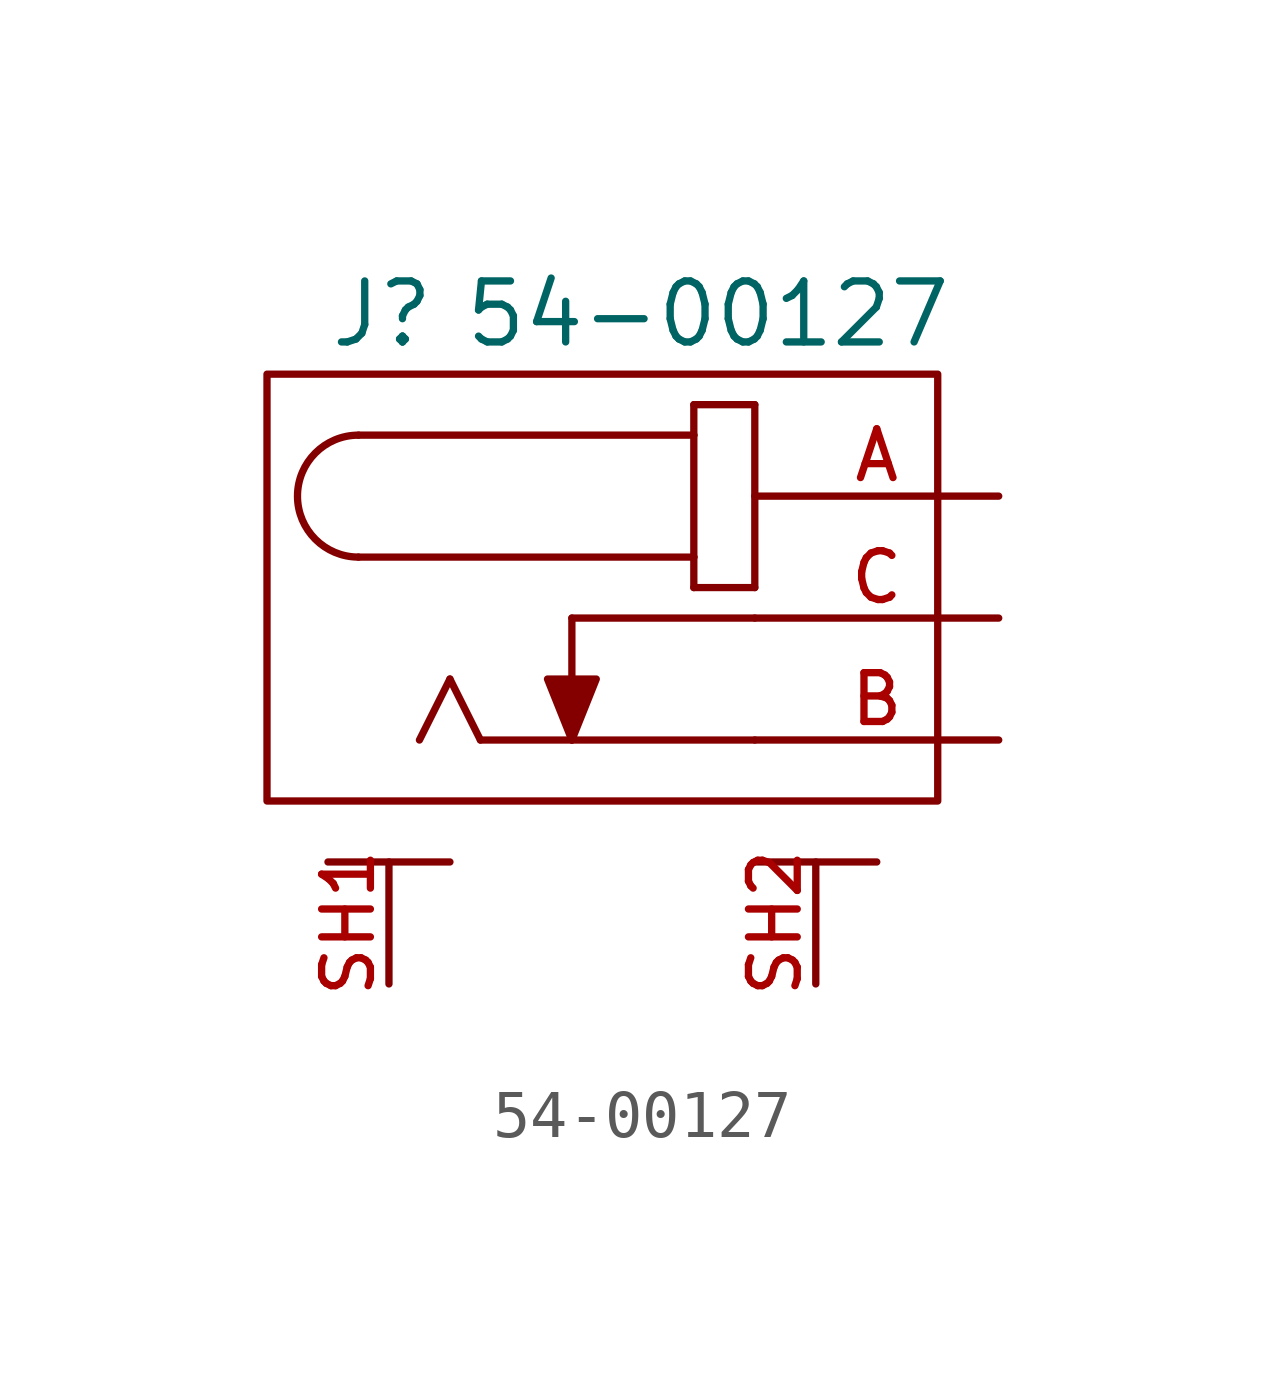
<source format=kicad_sym>
(kicad_symbol_lib
  (version 20241209)
  (generator "kicad_symbol_editor")
  (generator_version "9.0")
  (symbol "54-00127"
    (pin_names
      (offset 1.016))
    (property "Reference" "J"
      (at -8.89 5.588 0)
      (effects (font (size 1.27 1.27)) (justify left bottom)))
    (property "Value" "54-00127"
      (at -6.096 5.588 0)
      (effects (font (size 1.27 1.27)) (justify left bottom)))
    (symbol "54-00127_0_0"
      (polyline (pts (xy -8.255 3.81) (xy -1.27 3.81)) (stroke (width 0.152) (type default)) (fill (type none)))
      (arc (start -8.255 1.27) (mid -9.5194 2.54) (end -8.255 3.81) (stroke (width 0.1524) (type default)) (fill (type none)))
      (polyline (pts (xy -6.35 -1.27) (xy -6.985 -2.54)) (stroke (width 0.152) (type default)) (fill (type none)))
      (polyline (pts (xy -5.715 -2.54) (xy -6.35 -1.27)) (stroke (width 0.152) (type default)) (fill (type none)))
      (polyline (pts (xy -3.81 0) (xy -3.81 -2.54)) (stroke (width 0.152) (type default)) (fill (type none)))
      (polyline (pts (xy -3.81 -2.54) (xy -4.318 -1.27) (xy -3.302 -1.27) (xy -3.81 -2.54)) (stroke (width 0.152) (type default)) (fill (type outline)))
      (polyline (pts (xy -1.27 4.445) (xy -1.27 3.81)) (stroke (width 0.152) (type default)) (fill (type none)))
      (polyline (pts (xy -1.27 3.81) (xy -1.27 1.27)) (stroke (width 0.152) (type default)) (fill (type none)))
      (polyline (pts (xy -1.27 1.27) (xy -8.255 1.27)) (stroke (width 0.152) (type default)) (fill (type none)))
      (polyline (pts (xy -1.27 1.27) (xy -1.27 0.635)) (stroke (width 0.152) (type default)) (fill (type none)))
      (polyline (pts (xy -1.27 0.635) (xy 0 0.635)) (stroke (width 0.152) (type default)) (fill (type none)))
      (polyline (pts (xy 0 4.445) (xy -1.27 4.445)) (stroke (width 0.152) (type default)) (fill (type none)))
      (polyline (pts (xy 0 0.635) (xy 0 4.445)) (stroke (width 0.152) (type default)) (fill (type none)))
      (polyline (pts (xy 0 0) (xy -3.81 0)) (stroke (width 0.152) (type default)) (fill (type none)))
      (polyline (pts (xy 0 -2.54) (xy -5.715 -2.54)) (stroke (width 0.152) (type default)) (fill (type none)))
      (pin passive line (at 5.08 2.54 180) (length 5.08) (name "~" (effects (font (size 1.016 1.016)))) (number "A" (effects (font (size 1.016 1.016)))))
      (pin passive line (at 5.08 0 180) (length 5.08) (name "~" (effects (font (size 1.016 1.016)))) (number "C" (effects (font (size 1.016 1.016)))))
      (pin passive line (at 5.08 -2.54 180) (length 5.08) (name "~" (effects (font (size 1.016 1.016)))) (number "B" (effects (font (size 1.016 1.016))))))
    (symbol "54-00127_0_1"
      (rectangle (start -10.16 5.08) (end 3.81 -3.81) (stroke (width 0) (type default)) (fill (type none)))
      (polyline (pts (xy -8.89 -5.08) (xy -6.35 -5.08)) (stroke (width 0) (type default)) (fill (type none)))
      (polyline (pts (xy 0 -5.08) (xy 2.54 -5.08)) (stroke (width 0) (type default)) (fill (type none))))
    (symbol "54-00127_1_1"
      (pin passive line (at -7.62 -7.62 90) (length 2.54) (name "~" (effects (font (size 1.016 1.016)))) (number "SH1" (effects (font (size 1.016 1.016)))))
      (pin passive line (at 1.27 -7.62 90) (length 2.54) (name "~" (effects (font (size 1.016 1.016)))) (number "SH2" (effects (font (size 1.016 1.016))))))))
</source>
